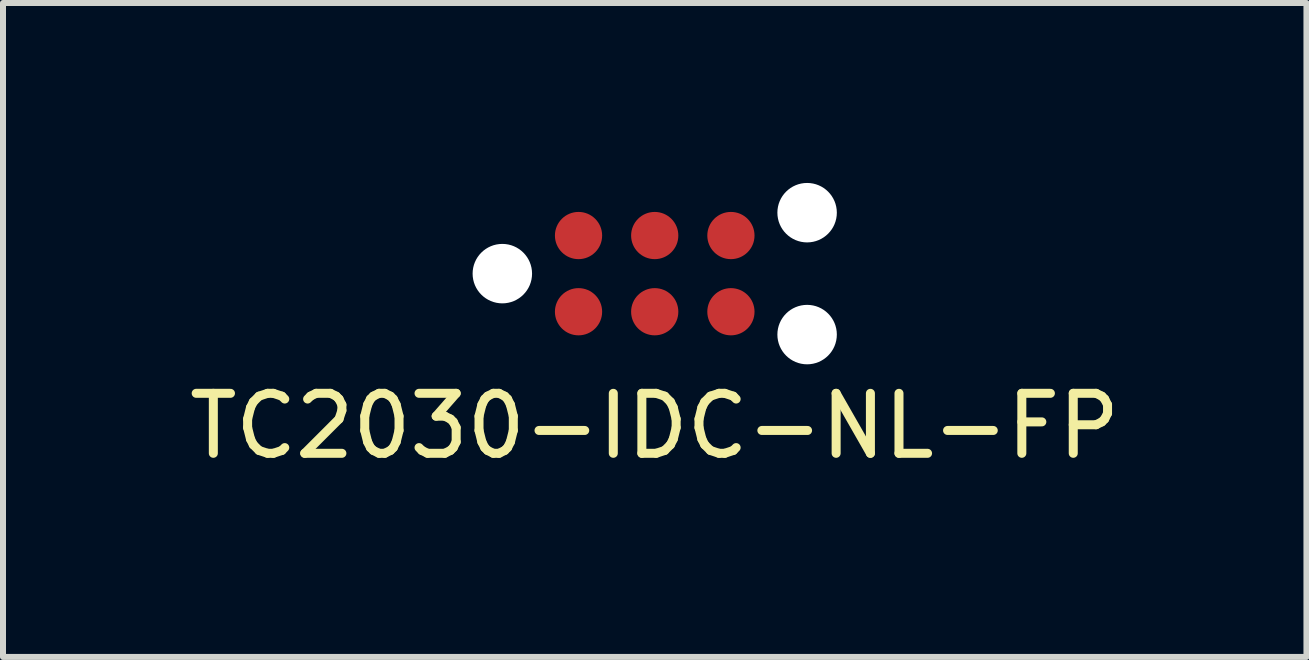
<source format=kicad_pcb>
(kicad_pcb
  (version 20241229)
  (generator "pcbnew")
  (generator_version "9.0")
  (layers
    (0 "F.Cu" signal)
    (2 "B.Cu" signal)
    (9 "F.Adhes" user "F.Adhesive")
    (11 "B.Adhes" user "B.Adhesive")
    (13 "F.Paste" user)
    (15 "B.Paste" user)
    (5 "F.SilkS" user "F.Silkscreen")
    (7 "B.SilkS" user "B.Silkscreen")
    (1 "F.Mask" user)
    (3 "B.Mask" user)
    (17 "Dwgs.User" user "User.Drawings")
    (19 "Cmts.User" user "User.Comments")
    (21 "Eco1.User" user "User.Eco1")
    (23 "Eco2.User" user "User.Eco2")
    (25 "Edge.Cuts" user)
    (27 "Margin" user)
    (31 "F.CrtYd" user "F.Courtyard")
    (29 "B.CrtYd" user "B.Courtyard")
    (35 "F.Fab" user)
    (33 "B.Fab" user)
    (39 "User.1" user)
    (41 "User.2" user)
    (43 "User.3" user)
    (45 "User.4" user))
  (footprint "TC2030-IDC-NL-FP"
    (layer "F.Cu")
    (at 7.863 1.511)
    (property "Reference" "TC2030-IDC-NL-FP" (at 0 2.54 0) (layer "F.SilkS") (effects (font (size 1 1) (thickness 0.15))))
    (attr through_hole)
    (pad "" np_thru_hole circle (at -2.54 0) (size 0.991 0.991) (drill 0.991) (layers "*.Cu" "*.Mask"))
    (pad "" np_thru_hole circle (at 2.54 -1.016) (size 0.991 0.991) (drill 0.991) (layers "*.Cu" "*.Mask"))
    (pad "" np_thru_hole circle (at 2.54 1.016) (size 0.991 0.991) (drill 0.991) (layers "*.Cu" "*.Mask"))
    (pad "1" smd circle (at -1.27 0.635) (size 0.787 0.787) (layers "F.Cu" "F.Mask"))
    (pad "2" smd circle (at -1.27 -0.635) (size 0.787 0.787) (layers "F.Cu" "F.Mask"))
    (pad "3" smd circle (at 0 0.635) (size 0.787 0.787) (layers "F.Cu" "F.Mask"))
    (pad "4" smd circle (at 0 -0.635) (size 0.787 0.787) (layers "F.Cu" "F.Mask"))
    (pad "5" smd circle (at 1.27 0.635) (size 0.787 0.787) (layers "F.Cu" "F.Mask"))
    (pad "6" smd circle (at 1.27 -0.635) (size 0.787 0.787) (layers "F.Cu" "F.Mask")))
  (gr_rect
    (start -3 -3)
    (end 18.726 7.9)
    (stroke (width 0.1) (type default))
    (fill no)
    (layer "Edge.Cuts")))
</source>
